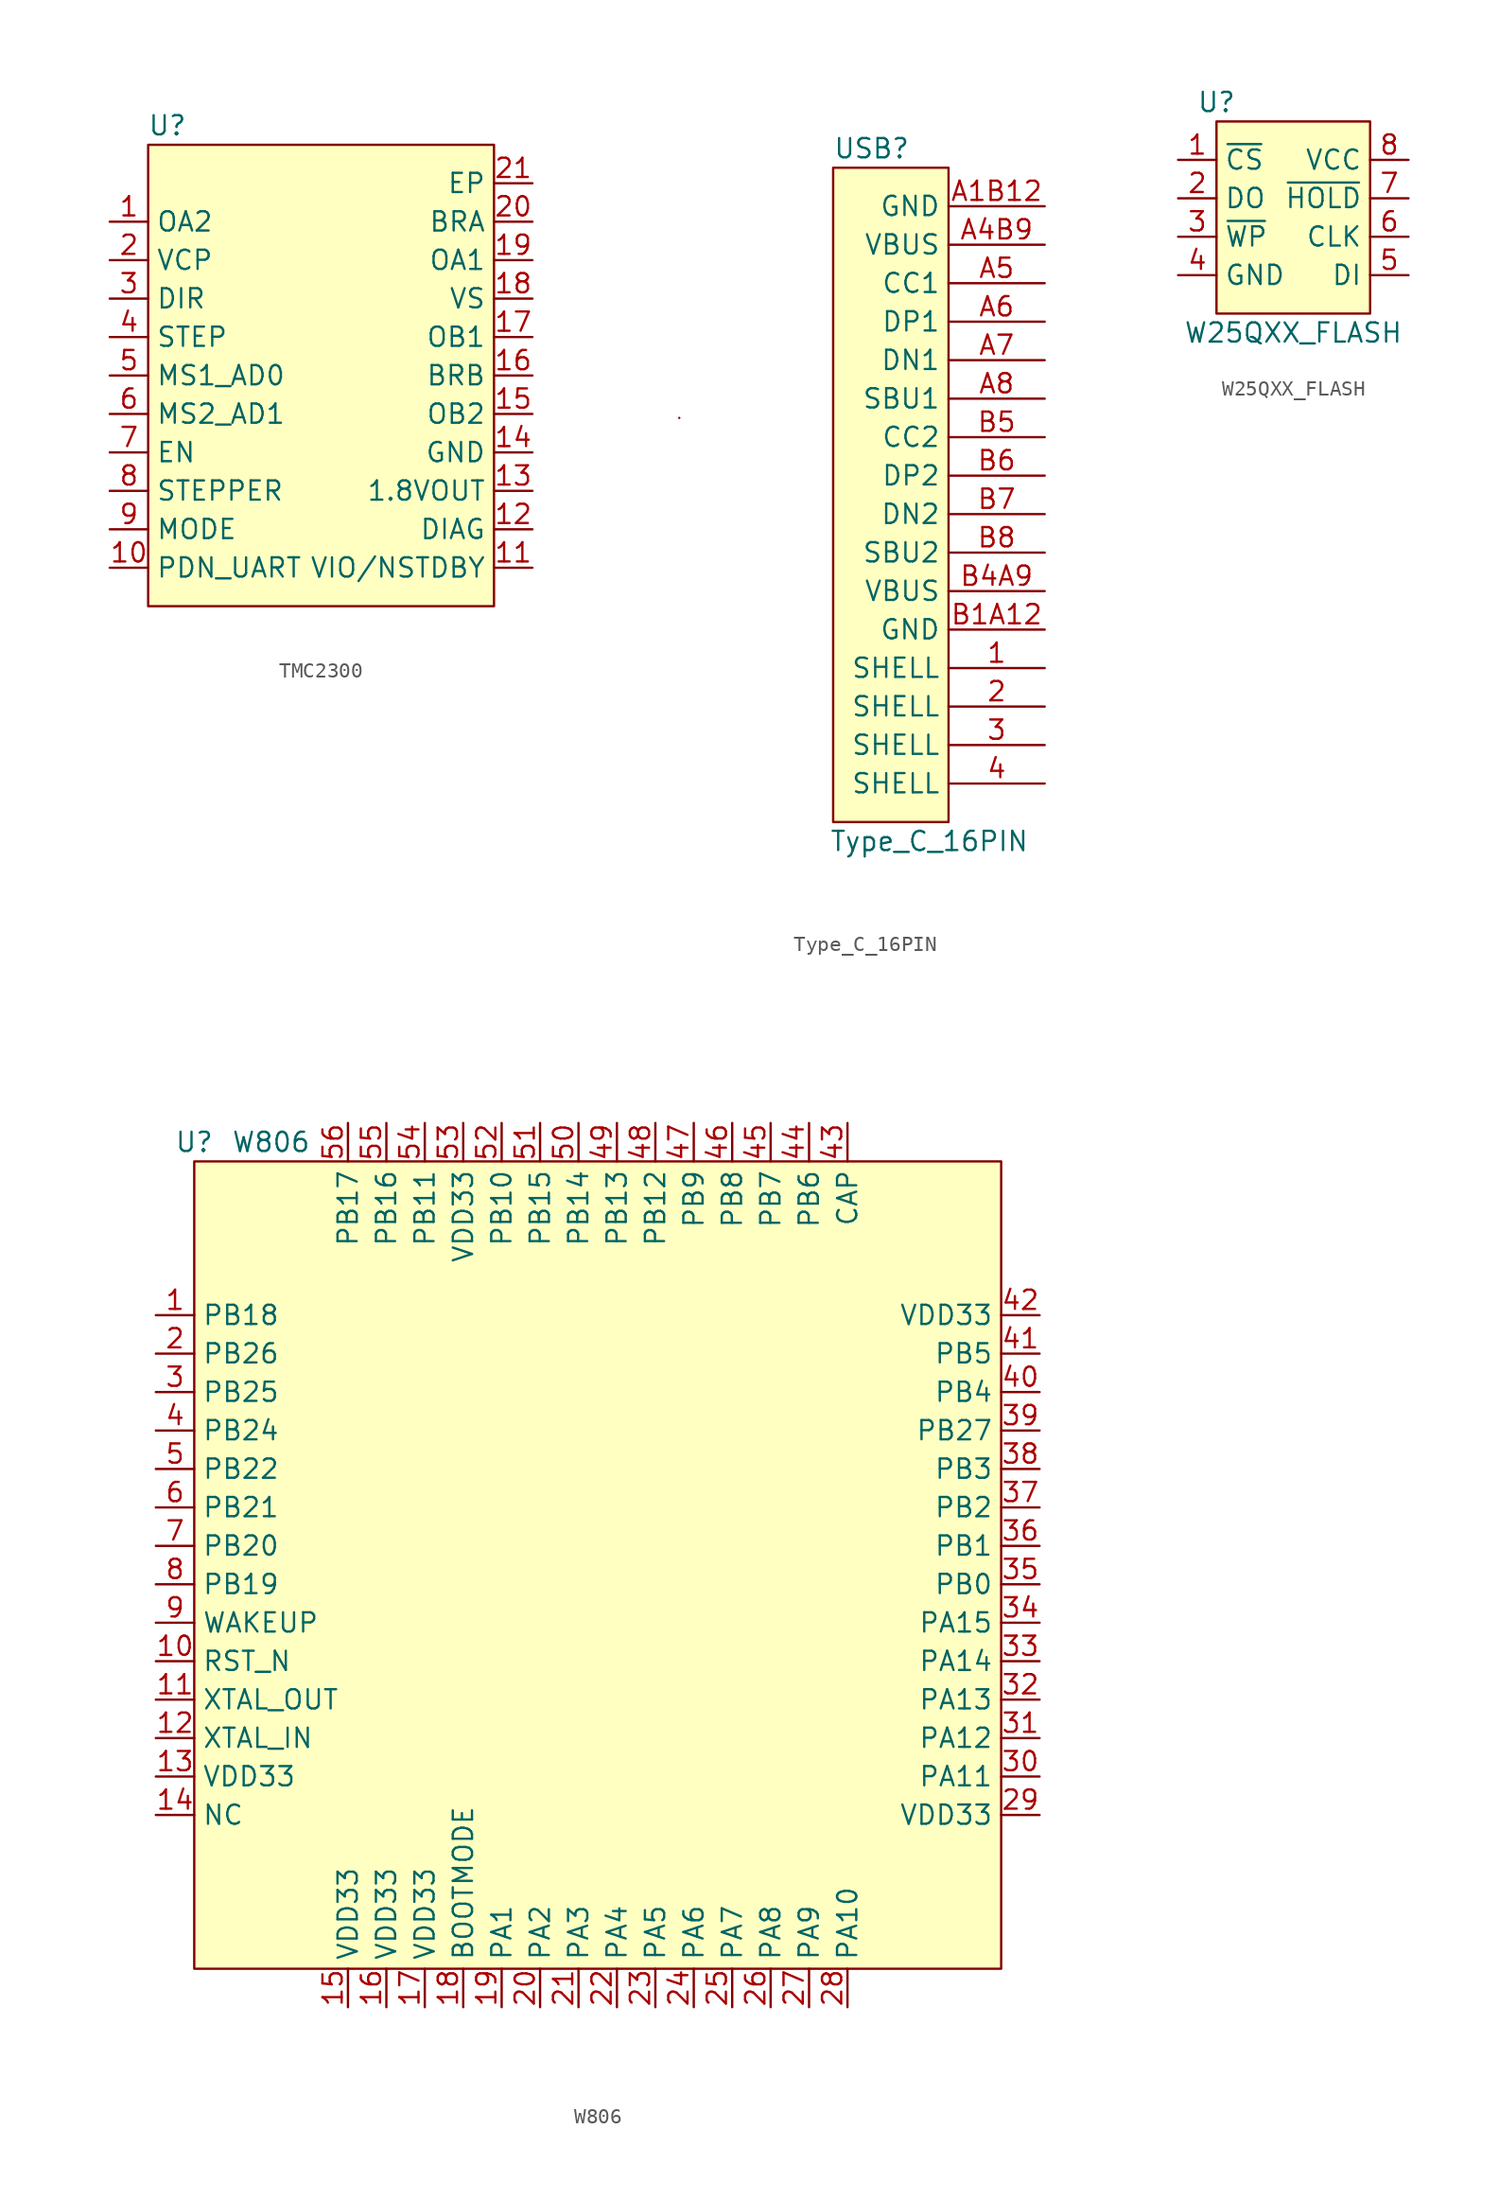
<source format=kicad_sym>
(kicad_symbol_lib
  (version 20220914)
  (generator kicad_symbol_editor)
  (symbol "TMC2300"
    (property "Reference" "U"
      (at 1.27 1.27 0)
      (effects (font (size 1.27 1.27))))
    (property "Value" ""
      (at 0 0 0)
      (effects (font (size 1.27 1.27))))
    (symbol "TMC2300_0_1"
      (rectangle (start 0 0) (end 22.86 -30.48) (stroke (width 0) (type default)) (fill (type background))))
    (symbol "TMC2300_1_1"
      (pin bidirectional line (at -2.54 -5.08 0) (length 2.54) (name "OA2" (effects (font (size 1.27 1.27)))) (number "1" (effects (font (size 1.27 1.27)))))
      (pin bidirectional line (at -2.54 -27.94 0) (length 2.54) (name "PDN_UART" (effects (font (size 1.27 1.27)))) (number "10" (effects (font (size 1.27 1.27)))))
      (pin bidirectional line (at 25.4 -27.94 180) (length 2.54) (name "VIO/NSTDBY" (effects (font (size 1.27 1.27)))) (number "11" (effects (font (size 1.27 1.27)))))
      (pin bidirectional line (at 25.4 -25.4 180) (length 2.54) (name "DIAG" (effects (font (size 1.27 1.27)))) (number "12" (effects (font (size 1.27 1.27)))))
      (pin bidirectional line (at 25.4 -22.86 180) (length 2.54) (name "1.8VOUT" (effects (font (size 1.27 1.27)))) (number "13" (effects (font (size 1.27 1.27)))))
      (pin bidirectional line (at 25.4 -20.32 180) (length 2.54) (name "GND" (effects (font (size 1.27 1.27)))) (number "14" (effects (font (size 1.27 1.27)))))
      (pin bidirectional line (at 25.4 -17.78 180) (length 2.54) (name "OB2" (effects (font (size 1.27 1.27)))) (number "15" (effects (font (size 1.27 1.27)))))
      (pin bidirectional line (at 25.4 -15.24 180) (length 2.54) (name "BRB" (effects (font (size 1.27 1.27)))) (number "16" (effects (font (size 1.27 1.27)))))
      (pin bidirectional line (at 25.4 -12.7 180) (length 2.54) (name "OB1" (effects (font (size 1.27 1.27)))) (number "17" (effects (font (size 1.27 1.27)))))
      (pin bidirectional line (at 25.4 -10.16 180) (length 2.54) (name "VS" (effects (font (size 1.27 1.27)))) (number "18" (effects (font (size 1.27 1.27)))))
      (pin bidirectional line (at 25.4 -7.62 180) (length 2.54) (name "OA1" (effects (font (size 1.27 1.27)))) (number "19" (effects (font (size 1.27 1.27)))))
      (pin bidirectional line (at -2.54 -7.62 0) (length 2.54) (name "VCP" (effects (font (size 1.27 1.27)))) (number "2" (effects (font (size 1.27 1.27)))))
      (pin bidirectional line (at 25.4 -5.08 180) (length 2.54) (name "BRA" (effects (font (size 1.27 1.27)))) (number "20" (effects (font (size 1.27 1.27)))))
      (pin bidirectional line (at 25.4 -2.54 180) (length 2.54) (name "EP" (effects (font (size 1.27 1.27)))) (number "21" (effects (font (size 1.27 1.27)))))
      (pin bidirectional line (at -2.54 -10.16 0) (length 2.54) (name "DIR" (effects (font (size 1.27 1.27)))) (number "3" (effects (font (size 1.27 1.27)))))
      (pin bidirectional line (at -2.54 -12.7 0) (length 2.54) (name "STEP" (effects (font (size 1.27 1.27)))) (number "4" (effects (font (size 1.27 1.27)))))
      (pin bidirectional line (at -2.54 -15.24 0) (length 2.54) (name "MS1_AD0" (effects (font (size 1.27 1.27)))) (number "5" (effects (font (size 1.27 1.27)))))
      (pin bidirectional line (at -2.54 -17.78 0) (length 2.54) (name "MS2_AD1" (effects (font (size 1.27 1.27)))) (number "6" (effects (font (size 1.27 1.27)))))
      (pin bidirectional line (at -2.54 -20.32 0) (length 2.54) (name "EN" (effects (font (size 1.27 1.27)))) (number "7" (effects (font (size 1.27 1.27)))))
      (pin bidirectional line (at -2.54 -22.86 0) (length 2.54) (name "STEPPER" (effects (font (size 1.27 1.27)))) (number "8" (effects (font (size 1.27 1.27)))))
      (pin bidirectional line (at -2.54 -25.4 0) (length 2.54) (name "MODE" (effects (font (size 1.27 1.27)))) (number "9" (effects (font (size 1.27 1.27)))))))
  (symbol "Type_C_16PIN"
    (property "Reference" "USB"
      (at 2.54 1.27 0)
      (effects (font (size 1.27 1.27))))
    (property "Value" "Type_C_16PIN"
      (at 6.35 -44.45 0)
      (effects (font (size 1.27 1.27))))
    (symbol "Type_C_16PIN_0_1"
      (arc (start -10.16 -16.51) (mid -10.16 -16.51) (end -10.16 -16.51) (stroke (width 0) (type default)) (fill (type none)))
      (rectangle (start 0 0) (end 7.62 -43.18) (stroke (width 0) (type default)) (fill (type background))))
    (symbol "Type_C_16PIN_1_1"
      (pin power_in line (at 13.97 -33.02 180) (length 6.35) (name "SHELL" (effects (font (size 1.27 1.27)))) (number "1" (effects (font (size 1.27 1.27)))))
      (pin power_in line (at 13.97 -35.56 180) (length 6.35) (name "SHELL" (effects (font (size 1.27 1.27)))) (number "2" (effects (font (size 1.27 1.27)))))
      (pin power_in line (at 13.97 -38.1 180) (length 6.35) (name "SHELL" (effects (font (size 1.27 1.27)))) (number "3" (effects (font (size 1.27 1.27)))))
      (pin power_in line (at 13.97 -40.64 180) (length 6.35) (name "SHELL" (effects (font (size 1.27 1.27)))) (number "4" (effects (font (size 1.27 1.27)))))
      (pin power_in line (at 13.97 -2.54 180) (length 6.35) (name "GND" (effects (font (size 1.27 1.27)))) (number "A1B12" (effects (font (size 1.27 1.27)))))
      (pin power_in line (at 13.97 -5.08 180) (length 6.35) (name "VBUS" (effects (font (size 1.27 1.27)))) (number "A4B9" (effects (font (size 1.27 1.27)))))
      (pin bidirectional line (at 13.97 -7.62 180) (length 6.35) (name "CC1" (effects (font (size 1.27 1.27)))) (number "A5" (effects (font (size 1.27 1.27)))))
      (pin bidirectional line (at 13.97 -10.16 180) (length 6.35) (name "DP1" (effects (font (size 1.27 1.27)))) (number "A6" (effects (font (size 1.27 1.27)))))
      (pin bidirectional line (at 13.97 -12.7 180) (length 6.35) (name "DN1" (effects (font (size 1.27 1.27)))) (number "A7" (effects (font (size 1.27 1.27)))))
      (pin bidirectional line (at 13.97 -15.24 180) (length 6.35) (name "SBU1" (effects (font (size 1.27 1.27)))) (number "A8" (effects (font (size 1.27 1.27)))))
      (pin power_in line (at 13.97 -30.48 180) (length 6.35) (name "GND" (effects (font (size 1.27 1.27)))) (number "B1A12" (effects (font (size 1.27 1.27)))))
      (pin power_in line (at 13.97 -27.94 180) (length 6.35) (name "VBUS" (effects (font (size 1.27 1.27)))) (number "B4A9" (effects (font (size 1.27 1.27)))))
      (pin bidirectional line (at 13.97 -17.78 180) (length 6.35) (name "CC2" (effects (font (size 1.27 1.27)))) (number "B5" (effects (font (size 1.27 1.27)))))
      (pin bidirectional line (at 13.97 -20.32 180) (length 6.35) (name "DP2" (effects (font (size 1.27 1.27)))) (number "B6" (effects (font (size 1.27 1.27)))))
      (pin bidirectional line (at 13.97 -22.86 180) (length 6.35) (name "DN2" (effects (font (size 1.27 1.27)))) (number "B7" (effects (font (size 1.27 1.27)))))
      (pin bidirectional line (at 13.97 -25.4 180) (length 6.35) (name "SBU2" (effects (font (size 1.27 1.27)))) (number "B8" (effects (font (size 1.27 1.27)))))))
  (symbol "W25QXX_FLASH"
    (property "Reference" "U"
      (at 0 1.27 0)
      (effects (font (size 1.27 1.27))))
    (property "Value" "W25QXX_FLASH"
      (at 5.08 -13.97 0)
      (effects (font (size 1.27 1.27))))
    (symbol "W25QXX_FLASH_0_1"
      (rectangle (start 0 0) (end 10.16 -12.7) (stroke (width 0) (type default)) (fill (type background))))
    (symbol "W25QXX_FLASH_1_1"
      (pin input line (at -2.54 -2.54 0) (length 2.54) (name "~{CS}" (effects (font (size 1.27 1.27)))) (number "1" (effects (font (size 1.27 1.27)))))
      (pin bidirectional line (at -2.54 -5.08 0) (length 2.54) (name "DO" (effects (font (size 1.27 1.27)))) (number "2" (effects (font (size 1.27 1.27)))))
      (pin bidirectional line (at -2.54 -7.62 0) (length 2.54) (name "~{WP}" (effects (font (size 1.27 1.27)))) (number "3" (effects (font (size 1.27 1.27)))))
      (pin power_in line (at -2.54 -10.16 0) (length 2.54) (name "GND" (effects (font (size 1.27 1.27)))) (number "4" (effects (font (size 1.27 1.27)))))
      (pin bidirectional line (at 12.7 -10.16 180) (length 2.54) (name "DI" (effects (font (size 1.27 1.27)))) (number "5" (effects (font (size 1.27 1.27)))))
      (pin bidirectional line (at 12.7 -7.62 180) (length 2.54) (name "CLK" (effects (font (size 1.27 1.27)))) (number "6" (effects (font (size 1.27 1.27)))))
      (pin bidirectional line (at 12.7 -5.08 180) (length 2.54) (name "~{HOLD}" (effects (font (size 1.27 1.27)))) (number "7" (effects (font (size 1.27 1.27)))))
      (pin power_in line (at 12.7 -2.54 180) (length 2.54) (name "VCC" (effects (font (size 1.27 1.27)))) (number "8" (effects (font (size 1.27 1.27)))))))
  (symbol "W806"
    (property "Reference" "U"
      (at 0 1.27 0)
      (effects (font (size 1.27 1.27))))
    (property "Value" "W806"
      (at 5.08 1.27 0)
      (effects (font (size 1.27 1.27))))
    (symbol "W806_0_1"
      (rectangle (start 0 0) (end 53.34 -53.34) (stroke (width 0) (type default)) (fill (type background))))
    (symbol "W806_1_1"
      (pin bidirectional line (at -2.54 -10.16 0) (length 2.54) (name "PB18" (effects (font (size 1.27 1.27)))) (number "1" (effects (font (size 1.27 1.27)))))
      (pin bidirectional line (at -2.54 -33.02 0) (length 2.54) (name "RST_N" (effects (font (size 1.27 1.27)))) (number "10" (effects (font (size 1.27 1.27)))))
      (pin bidirectional line (at -2.54 -35.56 0) (length 2.54) (name "XTAL_OUT" (effects (font (size 1.27 1.27)))) (number "11" (effects (font (size 1.27 1.27)))))
      (pin bidirectional line (at -2.54 -38.1 0) (length 2.54) (name "XTAL_IN" (effects (font (size 1.27 1.27)))) (number "12" (effects (font (size 1.27 1.27)))))
      (pin power_in line (at -2.54 -40.64 0) (length 2.54) (name "VDD33" (effects (font (size 1.27 1.27)))) (number "13" (effects (font (size 1.27 1.27)))))
      (pin bidirectional line (at -2.54 -43.18 0) (length 2.54) (name "NC" (effects (font (size 1.27 1.27)))) (number "14" (effects (font (size 1.27 1.27)))))
      (pin power_in line (at 10.16 -55.88 90) (length 2.54) (name "VDD33" (effects (font (size 1.27 1.27)))) (number "15" (effects (font (size 1.27 1.27)))))
      (pin power_in line (at 12.7 -55.88 90) (length 2.54) (name "VDD33" (effects (font (size 1.27 1.27)))) (number "16" (effects (font (size 1.27 1.27)))))
      (pin power_in line (at 15.24 -55.88 90) (length 2.54) (name "VDD33" (effects (font (size 1.27 1.27)))) (number "17" (effects (font (size 1.27 1.27)))))
      (pin bidirectional line (at 17.78 -55.88 90) (length 2.54) (name "BOOTMODE" (effects (font (size 1.27 1.27)))) (number "18" (effects (font (size 1.27 1.27)))))
      (pin bidirectional line (at 20.32 -55.88 90) (length 2.54) (name "PA1" (effects (font (size 1.27 1.27)))) (number "19" (effects (font (size 1.27 1.27)))))
      (pin bidirectional line (at -2.54 -12.7 0) (length 2.54) (name "PB26" (effects (font (size 1.27 1.27)))) (number "2" (effects (font (size 1.27 1.27)))))
      (pin bidirectional line (at 22.86 -55.88 90) (length 2.54) (name "PA2" (effects (font (size 1.27 1.27)))) (number "20" (effects (font (size 1.27 1.27)))))
      (pin bidirectional line (at 25.4 -55.88 90) (length 2.54) (name "PA3" (effects (font (size 1.27 1.27)))) (number "21" (effects (font (size 1.27 1.27)))))
      (pin bidirectional line (at 27.94 -55.88 90) (length 2.54) (name "PA4" (effects (font (size 1.27 1.27)))) (number "22" (effects (font (size 1.27 1.27)))))
      (pin bidirectional line (at 30.48 -55.88 90) (length 2.54) (name "PA5" (effects (font (size 1.27 1.27)))) (number "23" (effects (font (size 1.27 1.27)))))
      (pin bidirectional line (at 33.02 -55.88 90) (length 2.54) (name "PA6" (effects (font (size 1.27 1.27)))) (number "24" (effects (font (size 1.27 1.27)))))
      (pin bidirectional line (at 35.56 -55.88 90) (length 2.54) (name "PA7" (effects (font (size 1.27 1.27)))) (number "25" (effects (font (size 1.27 1.27)))))
      (pin bidirectional line (at 38.1 -55.88 90) (length 2.54) (name "PA8" (effects (font (size 1.27 1.27)))) (number "26" (effects (font (size 1.27 1.27)))))
      (pin bidirectional line (at 40.64 -55.88 90) (length 2.54) (name "PA9" (effects (font (size 1.27 1.27)))) (number "27" (effects (font (size 1.27 1.27)))))
      (pin bidirectional line (at 43.18 -55.88 90) (length 2.54) (name "PA10" (effects (font (size 1.27 1.27)))) (number "28" (effects (font (size 1.27 1.27)))))
      (pin power_in line (at 55.88 -43.18 180) (length 2.54) (name "VDD33" (effects (font (size 1.27 1.27)))) (number "29" (effects (font (size 1.27 1.27)))))
      (pin bidirectional line (at -2.54 -15.24 0) (length 2.54) (name "PB25" (effects (font (size 1.27 1.27)))) (number "3" (effects (font (size 1.27 1.27)))))
      (pin bidirectional line (at 55.88 -40.64 180) (length 2.54) (name "PA11" (effects (font (size 1.27 1.27)))) (number "30" (effects (font (size 1.27 1.27)))))
      (pin bidirectional line (at 55.88 -38.1 180) (length 2.54) (name "PA12" (effects (font (size 1.27 1.27)))) (number "31" (effects (font (size 1.27 1.27)))))
      (pin bidirectional line (at 55.88 -35.56 180) (length 2.54) (name "PA13" (effects (font (size 1.27 1.27)))) (number "32" (effects (font (size 1.27 1.27)))))
      (pin bidirectional line (at 55.88 -33.02 180) (length 2.54) (name "PA14" (effects (font (size 1.27 1.27)))) (number "33" (effects (font (size 1.27 1.27)))))
      (pin bidirectional line (at 55.88 -30.48 180) (length 2.54) (name "PA15" (effects (font (size 1.27 1.27)))) (number "34" (effects (font (size 1.27 1.27)))))
      (pin bidirectional line (at 55.88 -27.94 180) (length 2.54) (name "PB0" (effects (font (size 1.27 1.27)))) (number "35" (effects (font (size 1.27 1.27)))))
      (pin bidirectional line (at 55.88 -25.4 180) (length 2.54) (name "PB1" (effects (font (size 1.27 1.27)))) (number "36" (effects (font (size 1.27 1.27)))))
      (pin bidirectional line (at 55.88 -22.86 180) (length 2.54) (name "PB2" (effects (font (size 1.27 1.27)))) (number "37" (effects (font (size 1.27 1.27)))))
      (pin bidirectional line (at 55.88 -20.32 180) (length 2.54) (name "PB3" (effects (font (size 1.27 1.27)))) (number "38" (effects (font (size 1.27 1.27)))))
      (pin bidirectional line (at 55.88 -17.78 180) (length 2.54) (name "PB27" (effects (font (size 1.27 1.27)))) (number "39" (effects (font (size 1.27 1.27)))))
      (pin bidirectional line (at -2.54 -17.78 0) (length 2.54) (name "PB24" (effects (font (size 1.27 1.27)))) (number "4" (effects (font (size 1.27 1.27)))))
      (pin bidirectional line (at 55.88 -15.24 180) (length 2.54) (name "PB4" (effects (font (size 1.27 1.27)))) (number "40" (effects (font (size 1.27 1.27)))))
      (pin bidirectional line (at 55.88 -12.7 180) (length 2.54) (name "PB5" (effects (font (size 1.27 1.27)))) (number "41" (effects (font (size 1.27 1.27)))))
      (pin power_in line (at 55.88 -10.16 180) (length 2.54) (name "VDD33" (effects (font (size 1.27 1.27)))) (number "42" (effects (font (size 1.27 1.27)))))
      (pin bidirectional line (at 43.18 2.54 270) (length 2.54) (name "CAP" (effects (font (size 1.27 1.27)))) (number "43" (effects (font (size 1.27 1.27)))))
      (pin bidirectional line (at 40.64 2.54 270) (length 2.54) (name "PB6" (effects (font (size 1.27 1.27)))) (number "44" (effects (font (size 1.27 1.27)))))
      (pin bidirectional line (at 38.1 2.54 270) (length 2.54) (name "PB7" (effects (font (size 1.27 1.27)))) (number "45" (effects (font (size 1.27 1.27)))))
      (pin bidirectional line (at 35.56 2.54 270) (length 2.54) (name "PB8" (effects (font (size 1.27 1.27)))) (number "46" (effects (font (size 1.27 1.27)))))
      (pin bidirectional line (at 33.02 2.54 270) (length 2.54) (name "PB9" (effects (font (size 1.27 1.27)))) (number "47" (effects (font (size 1.27 1.27)))))
      (pin bidirectional line (at 30.48 2.54 270) (length 2.54) (name "PB12" (effects (font (size 1.27 1.27)))) (number "48" (effects (font (size 1.27 1.27)))))
      (pin bidirectional line (at 27.94 2.54 270) (length 2.54) (name "PB13" (effects (font (size 1.27 1.27)))) (number "49" (effects (font (size 1.27 1.27)))))
      (pin bidirectional line (at -2.54 -20.32 0) (length 2.54) (name "PB22" (effects (font (size 1.27 1.27)))) (number "5" (effects (font (size 1.27 1.27)))))
      (pin bidirectional line (at 25.4 2.54 270) (length 2.54) (name "PB14" (effects (font (size 1.27 1.27)))) (number "50" (effects (font (size 1.27 1.27)))))
      (pin bidirectional line (at 22.86 2.54 270) (length 2.54) (name "PB15" (effects (font (size 1.27 1.27)))) (number "51" (effects (font (size 1.27 1.27)))))
      (pin bidirectional line (at 20.32 2.54 270) (length 2.54) (name "PB10" (effects (font (size 1.27 1.27)))) (number "52" (effects (font (size 1.27 1.27)))))
      (pin power_in line (at 17.78 2.54 270) (length 2.54) (name "VDD33" (effects (font (size 1.27 1.27)))) (number "53" (effects (font (size 1.27 1.27)))))
      (pin bidirectional line (at 15.24 2.54 270) (length 2.54) (name "PB11" (effects (font (size 1.27 1.27)))) (number "54" (effects (font (size 1.27 1.27)))))
      (pin bidirectional line (at 12.7 2.54 270) (length 2.54) (name "PB16" (effects (font (size 1.27 1.27)))) (number "55" (effects (font (size 1.27 1.27)))))
      (pin bidirectional line (at 10.16 2.54 270) (length 2.54) (name "PB17" (effects (font (size 1.27 1.27)))) (number "56" (effects (font (size 1.27 1.27)))))
      (pin bidirectional line (at -2.54 -22.86 0) (length 2.54) (name "PB21" (effects (font (size 1.27 1.27)))) (number "6" (effects (font (size 1.27 1.27)))))
      (pin bidirectional line (at -2.54 -25.4 0) (length 2.54) (name "PB20" (effects (font (size 1.27 1.27)))) (number "7" (effects (font (size 1.27 1.27)))))
      (pin bidirectional line (at -2.54 -27.94 0) (length 2.54) (name "PB19" (effects (font (size 1.27 1.27)))) (number "8" (effects (font (size 1.27 1.27)))))
      (pin bidirectional line (at -2.54 -30.48 0) (length 2.54) (name "WAKEUP" (effects (font (size 1.27 1.27)))) (number "9" (effects (font (size 1.27 1.27))))))))
</source>
